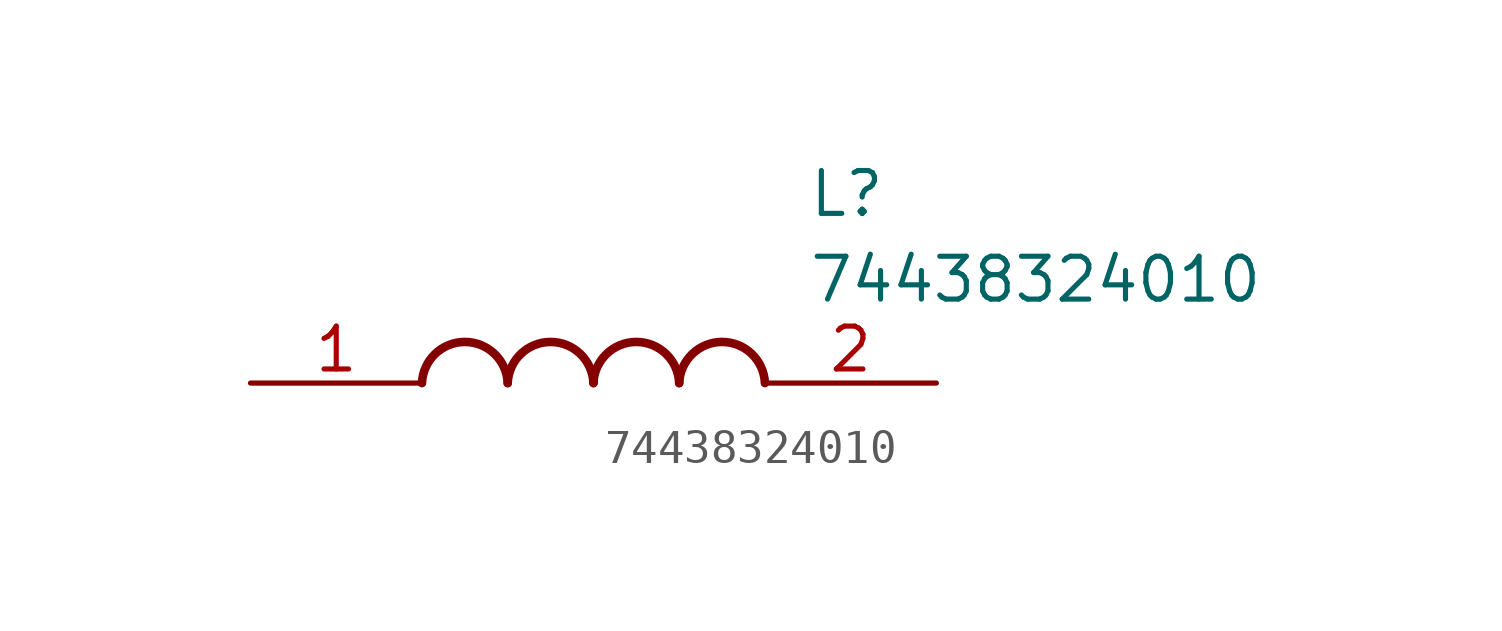
<source format=kicad_sym>
(kicad_symbol_lib
  (version 20211014)
  (generator SamacSys_ECAD_Model)
  (symbol "74438324010"
    (pin_names hide)
    (property "Reference" "L"
      (at 16.51 6.35 0)
      (effects (font (size 1.27 1.27)) (justify left top)))
    (property "Value" "74438324010"
      (at 16.51 3.81 0)
      (effects (font (size 1.27 1.27)) (justify left top)))
    (arc
      (start 7.62 0)
      (mid 6.35 1.219)
      (end 5.08 0)
      (stroke (width 0.254) (type default))
      (fill (type none)))
    (arc
      (start 10.16 0)
      (mid 8.89 1.219)
      (end 7.62 0)
      (stroke (width 0.254) (type default))
      (fill (type none)))
    (arc
      (start 12.7 0)
      (mid 11.43 1.219)
      (end 10.16 0)
      (stroke (width 0.254) (type default))
      (fill (type none)))
    (arc
      (start 15.24 0)
      (mid 13.97 1.219)
      (end 12.7 0)
      (stroke (width 0.254) (type default))
      (fill (type none)))
    (pin passive line
      (at 0 0 0)
      (length 5.08)
      (name "1" (effects (font (size 1.27 1.27))))
      (number "1" (effects (font (size 1.27 1.27)))))
    (pin passive line
      (at 20.32 0 180)
      (length 5.08)
      (name "2" (effects (font (size 1.27 1.27))))
      (number "2" (effects (font (size 1.27 1.27)))))))
</source>
